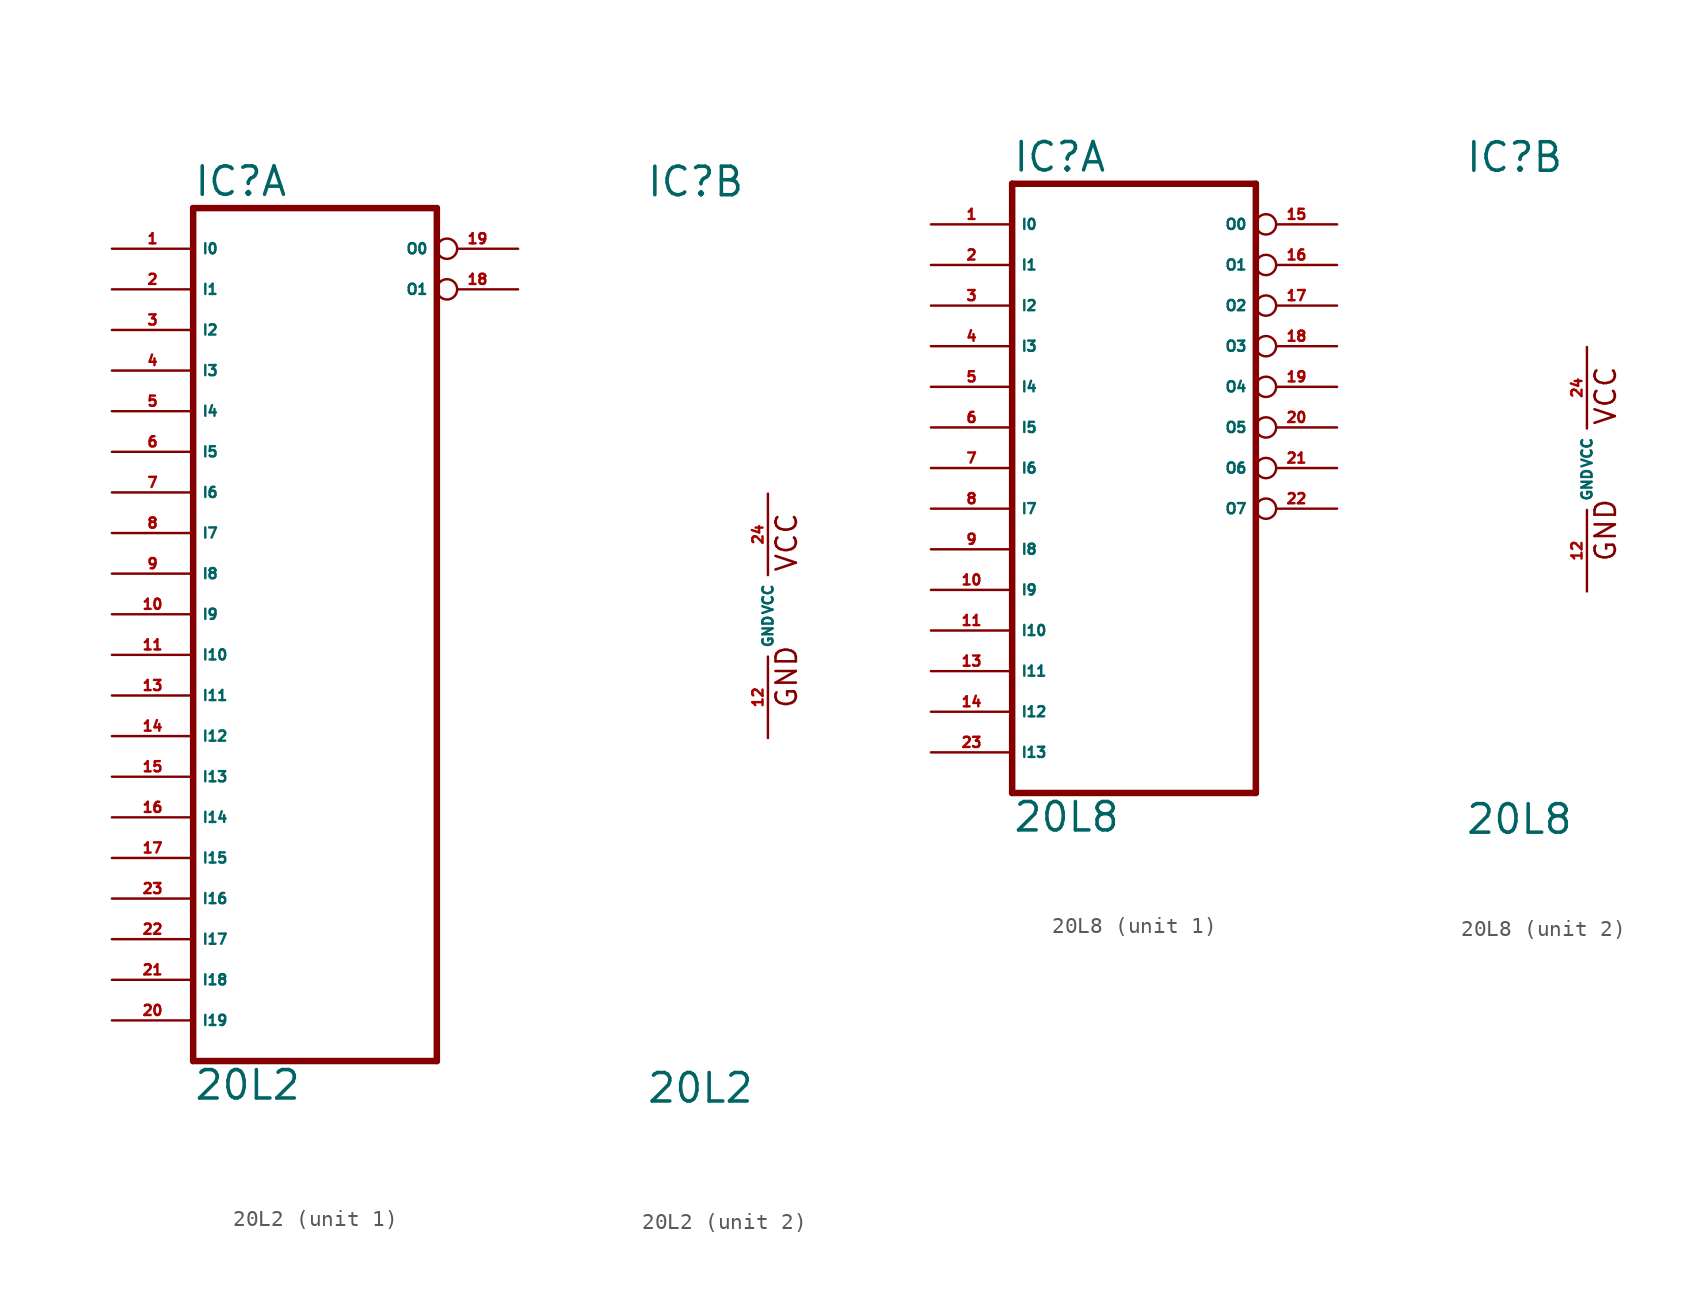
<source format=kicad_sym>
(kicad_symbol_lib
  (version 20220914)
  (generator Eagle2Kicad)
  (symbol "20L2"
    (property "Reference" "IC"
      (at -7.62 26.035 0)
      (effects (font (size 1.778 1.778) (thickness 0.22)) (justify left bottom)))
    (property "Value" "20L2"
      (at -7.62 -30.48 0)
      (effects (font (size 1.778 1.778) (thickness 0.22)) (justify left bottom)))
    (symbol "20L2_1_0"
      (polyline (pts (xy -7.62 -27.94) (xy 7.62 -27.94)) (stroke (width 0.406) (type default)) (fill (type none)))
      (polyline (pts (xy 7.62 -27.94) (xy 7.62 25.4)) (stroke (width 0.406) (type default)) (fill (type none)))
      (polyline (pts (xy 7.62 25.4) (xy -7.62 25.4)) (stroke (width 0.406) (type default)) (fill (type none)))
      (polyline (pts (xy -7.62 25.4) (xy -7.62 -27.94)) (stroke (width 0.406) (type default)) (fill (type none)))
      (pin input line (at -12.7 22.86 0) (length 5.08) (name "I0" (effects (font (size 0.635 0.635) (thickness 0.08)) (justify left bottom))) (number "1" (effects (font (size 0.635 0.635) (thickness 0.08)) (justify left bottom))))
      (pin input line (at -12.7 20.32 0) (length 5.08) (name "I1" (effects (font (size 0.635 0.635) (thickness 0.08)) (justify left bottom))) (number "2" (effects (font (size 0.635 0.635) (thickness 0.08)) (justify left bottom))))
      (pin input line (at -12.7 17.78 0) (length 5.08) (name "I2" (effects (font (size 0.635 0.635) (thickness 0.08)) (justify left bottom))) (number "3" (effects (font (size 0.635 0.635) (thickness 0.08)) (justify left bottom))))
      (pin input line (at -12.7 15.24 0) (length 5.08) (name "I3" (effects (font (size 0.635 0.635) (thickness 0.08)) (justify left bottom))) (number "4" (effects (font (size 0.635 0.635) (thickness 0.08)) (justify left bottom))))
      (pin input line (at -12.7 12.7 0) (length 5.08) (name "I4" (effects (font (size 0.635 0.635) (thickness 0.08)) (justify left bottom))) (number "5" (effects (font (size 0.635 0.635) (thickness 0.08)) (justify left bottom))))
      (pin input line (at -12.7 10.16 0) (length 5.08) (name "I5" (effects (font (size 0.635 0.635) (thickness 0.08)) (justify left bottom))) (number "6" (effects (font (size 0.635 0.635) (thickness 0.08)) (justify left bottom))))
      (pin input line (at -12.7 7.62 0) (length 5.08) (name "I6" (effects (font (size 0.635 0.635) (thickness 0.08)) (justify left bottom))) (number "7" (effects (font (size 0.635 0.635) (thickness 0.08)) (justify left bottom))))
      (pin input line (at -12.7 5.08 0) (length 5.08) (name "I7" (effects (font (size 0.635 0.635) (thickness 0.08)) (justify left bottom))) (number "8" (effects (font (size 0.635 0.635) (thickness 0.08)) (justify left bottom))))
      (pin input line (at -12.7 2.54 0) (length 5.08) (name "I8" (effects (font (size 0.635 0.635) (thickness 0.08)) (justify left bottom))) (number "9" (effects (font (size 0.635 0.635) (thickness 0.08)) (justify left bottom))))
      (pin input line (at -12.7 0 0) (length 5.08) (name "I9" (effects (font (size 0.635 0.635) (thickness 0.08)) (justify left bottom))) (number "10" (effects (font (size 0.635 0.635) (thickness 0.08)) (justify left bottom))))
      (pin input line (at -12.7 -2.54 0) (length 5.08) (name "I10" (effects (font (size 0.635 0.635) (thickness 0.08)) (justify left bottom))) (number "11" (effects (font (size 0.635 0.635) (thickness 0.08)) (justify left bottom))))
      (pin input line (at -12.7 -5.08 0) (length 5.08) (name "I11" (effects (font (size 0.635 0.635) (thickness 0.08)) (justify left bottom))) (number "13" (effects (font (size 0.635 0.635) (thickness 0.08)) (justify left bottom))))
      (pin input line (at -12.7 -7.62 0) (length 5.08) (name "I12" (effects (font (size 0.635 0.635) (thickness 0.08)) (justify left bottom))) (number "14" (effects (font (size 0.635 0.635) (thickness 0.08)) (justify left bottom))))
      (pin input line (at -12.7 -10.16 0) (length 5.08) (name "I13" (effects (font (size 0.635 0.635) (thickness 0.08)) (justify left bottom))) (number "15" (effects (font (size 0.635 0.635) (thickness 0.08)) (justify left bottom))))
      (pin input line (at -12.7 -12.7 0) (length 5.08) (name "I14" (effects (font (size 0.635 0.635) (thickness 0.08)) (justify left bottom))) (number "16" (effects (font (size 0.635 0.635) (thickness 0.08)) (justify left bottom))))
      (pin input line (at -12.7 -15.24 0) (length 5.08) (name "I15" (effects (font (size 0.635 0.635) (thickness 0.08)) (justify left bottom))) (number "17" (effects (font (size 0.635 0.635) (thickness 0.08)) (justify left bottom))))
      (pin output inverted (at 12.7 20.32 180) (length 5.08) (name "O1" (effects (font (size 0.635 0.635) (thickness 0.08)) (justify left bottom))) (number "18" (effects (font (size 0.635 0.635) (thickness 0.08)) (justify left bottom))))
      (pin output inverted (at 12.7 22.86 180) (length 5.08) (name "O0" (effects (font (size 0.635 0.635) (thickness 0.08)) (justify left bottom))) (number "19" (effects (font (size 0.635 0.635) (thickness 0.08)) (justify left bottom))))
      (pin input line (at -12.7 -25.4 0) (length 5.08) (name "I19" (effects (font (size 0.635 0.635) (thickness 0.08)) (justify left bottom))) (number "20" (effects (font (size 0.635 0.635) (thickness 0.08)) (justify left bottom))))
      (pin input line (at -12.7 -22.86 0) (length 5.08) (name "I18" (effects (font (size 0.635 0.635) (thickness 0.08)) (justify left bottom))) (number "21" (effects (font (size 0.635 0.635) (thickness 0.08)) (justify left bottom))))
      (pin input line (at -12.7 -20.32 0) (length 5.08) (name "I17" (effects (font (size 0.635 0.635) (thickness 0.08)) (justify left bottom))) (number "22" (effects (font (size 0.635 0.635) (thickness 0.08)) (justify left bottom))))
      (pin input line (at -12.7 -17.78 0) (length 5.08) (name "I16" (effects (font (size 0.635 0.635) (thickness 0.08)) (justify left bottom))) (number "23" (effects (font (size 0.635 0.635) (thickness 0.08)) (justify left bottom)))))
    (symbol "20L2_2_0"
      (text "GND" (at 1.905 -5.842 900) (effects (font (size 1.27 1.27) (thickness 0.16)) (justify left bottom)))
      (text "VCC" (at 1.905 2.667 900) (effects (font (size 1.27 1.27) (thickness 0.16)) (justify left bottom)))
      (pin unspecified line (at 0 -7.62 90) (length 5.08) (name "GND" (effects (font (size 0.635 0.635) (thickness 0.08)) (justify left bottom))) (number "12" (effects (font (size 0.635 0.635) (thickness 0.08)) (justify left bottom))))
      (pin unspecified line (at 0 7.62 270) (length 5.08) (name "VCC" (effects (font (size 0.635 0.635) (thickness 0.08)) (justify left bottom))) (number "24" (effects (font (size 0.635 0.635) (thickness 0.08)) (justify left bottom))))))
  (symbol "20L8"
    (property "Reference" "IC"
      (at -7.62 18.415 0)
      (effects (font (size 1.778 1.778) (thickness 0.22)) (justify left bottom)))
    (property "Value" "20L8"
      (at -7.62 -22.86 0)
      (effects (font (size 1.778 1.778) (thickness 0.22)) (justify left bottom)))
    (symbol "20L8_1_0"
      (polyline (pts (xy -7.62 17.78) (xy 7.62 17.78)) (stroke (width 0.406) (type default)) (fill (type none)))
      (polyline (pts (xy 7.62 -20.32) (xy 7.62 17.78)) (stroke (width 0.406) (type default)) (fill (type none)))
      (polyline (pts (xy 7.62 -20.32) (xy -7.62 -20.32)) (stroke (width 0.406) (type default)) (fill (type none)))
      (polyline (pts (xy -7.62 17.78) (xy -7.62 -20.32)) (stroke (width 0.406) (type default)) (fill (type none)))
      (pin input line (at -12.7 12.7 0) (length 5.08) (name "I1" (effects (font (size 0.635 0.635) (thickness 0.08)) (justify left bottom))) (number "2" (effects (font (size 0.635 0.635) (thickness 0.08)) (justify left bottom))))
      (pin input line (at -12.7 10.16 0) (length 5.08) (name "I2" (effects (font (size 0.635 0.635) (thickness 0.08)) (justify left bottom))) (number "3" (effects (font (size 0.635 0.635) (thickness 0.08)) (justify left bottom))))
      (pin input line (at -12.7 7.62 0) (length 5.08) (name "I3" (effects (font (size 0.635 0.635) (thickness 0.08)) (justify left bottom))) (number "4" (effects (font (size 0.635 0.635) (thickness 0.08)) (justify left bottom))))
      (pin input line (at -12.7 5.08 0) (length 5.08) (name "I4" (effects (font (size 0.635 0.635) (thickness 0.08)) (justify left bottom))) (number "5" (effects (font (size 0.635 0.635) (thickness 0.08)) (justify left bottom))))
      (pin input line (at -12.7 2.54 0) (length 5.08) (name "I5" (effects (font (size 0.635 0.635) (thickness 0.08)) (justify left bottom))) (number "6" (effects (font (size 0.635 0.635) (thickness 0.08)) (justify left bottom))))
      (pin input line (at -12.7 0 0) (length 5.08) (name "I6" (effects (font (size 0.635 0.635) (thickness 0.08)) (justify left bottom))) (number "7" (effects (font (size 0.635 0.635) (thickness 0.08)) (justify left bottom))))
      (pin input line (at -12.7 -2.54 0) (length 5.08) (name "I7" (effects (font (size 0.635 0.635) (thickness 0.08)) (justify left bottom))) (number "8" (effects (font (size 0.635 0.635) (thickness 0.08)) (justify left bottom))))
      (pin input line (at -12.7 -5.08 0) (length 5.08) (name "I8" (effects (font (size 0.635 0.635) (thickness 0.08)) (justify left bottom))) (number "9" (effects (font (size 0.635 0.635) (thickness 0.08)) (justify left bottom))))
      (pin input line (at -12.7 -7.62 0) (length 5.08) (name "I9" (effects (font (size 0.635 0.635) (thickness 0.08)) (justify left bottom))) (number "10" (effects (font (size 0.635 0.635) (thickness 0.08)) (justify left bottom))))
      (pin output inverted (at 12.7 15.24 180) (length 5.08) (name "O0" (effects (font (size 0.635 0.635) (thickness 0.08)) (justify left bottom))) (number "15" (effects (font (size 0.635 0.635) (thickness 0.08)) (justify left bottom))))
      (pin bidirectional inverted (at 12.7 12.7 180) (length 5.08) (name "O1" (effects (font (size 0.635 0.635) (thickness 0.08)) (justify left bottom))) (number "16" (effects (font (size 0.635 0.635) (thickness 0.08)) (justify left bottom))))
      (pin bidirectional inverted (at 12.7 10.16 180) (length 5.08) (name "O2" (effects (font (size 0.635 0.635) (thickness 0.08)) (justify left bottom))) (number "17" (effects (font (size 0.635 0.635) (thickness 0.08)) (justify left bottom))))
      (pin bidirectional inverted (at 12.7 7.62 180) (length 5.08) (name "O3" (effects (font (size 0.635 0.635) (thickness 0.08)) (justify left bottom))) (number "18" (effects (font (size 0.635 0.635) (thickness 0.08)) (justify left bottom))))
      (pin bidirectional inverted (at 12.7 5.08 180) (length 5.08) (name "O4" (effects (font (size 0.635 0.635) (thickness 0.08)) (justify left bottom))) (number "19" (effects (font (size 0.635 0.635) (thickness 0.08)) (justify left bottom))))
      (pin bidirectional inverted (at 12.7 2.54 180) (length 5.08) (name "O5" (effects (font (size 0.635 0.635) (thickness 0.08)) (justify left bottom))) (number "20" (effects (font (size 0.635 0.635) (thickness 0.08)) (justify left bottom))))
      (pin bidirectional inverted (at 12.7 0 180) (length 5.08) (name "O6" (effects (font (size 0.635 0.635) (thickness 0.08)) (justify left bottom))) (number "21" (effects (font (size 0.635 0.635) (thickness 0.08)) (justify left bottom))))
      (pin input line (at -12.7 15.24 0) (length 5.08) (name "I0" (effects (font (size 0.635 0.635) (thickness 0.08)) (justify left bottom))) (number "1" (effects (font (size 0.635 0.635) (thickness 0.08)) (justify left bottom))))
      (pin input line (at -12.7 -10.16 0) (length 5.08) (name "I10" (effects (font (size 0.635 0.635) (thickness 0.08)) (justify left bottom))) (number "11" (effects (font (size 0.635 0.635) (thickness 0.08)) (justify left bottom))))
      (pin input line (at -12.7 -12.7 0) (length 5.08) (name "I11" (effects (font (size 0.635 0.635) (thickness 0.08)) (justify left bottom))) (number "13" (effects (font (size 0.635 0.635) (thickness 0.08)) (justify left bottom))))
      (pin input line (at -12.7 -15.24 0) (length 5.08) (name "I12" (effects (font (size 0.635 0.635) (thickness 0.08)) (justify left bottom))) (number "14" (effects (font (size 0.635 0.635) (thickness 0.08)) (justify left bottom))))
      (pin input line (at -12.7 -17.78 0) (length 5.08) (name "I13" (effects (font (size 0.635 0.635) (thickness 0.08)) (justify left bottom))) (number "23" (effects (font (size 0.635 0.635) (thickness 0.08)) (justify left bottom))))
      (pin output inverted (at 12.7 -2.54 180) (length 5.08) (name "O7" (effects (font (size 0.635 0.635) (thickness 0.08)) (justify left bottom))) (number "22" (effects (font (size 0.635 0.635) (thickness 0.08)) (justify left bottom)))))
    (symbol "20L8_2_0"
      (text "GND" (at 1.905 -5.842 900) (effects (font (size 1.27 1.27) (thickness 0.16)) (justify left bottom)))
      (text "VCC" (at 1.905 2.667 900) (effects (font (size 1.27 1.27) (thickness 0.16)) (justify left bottom)))
      (pin unspecified line (at 0 -7.62 90) (length 5.08) (name "GND" (effects (font (size 0.635 0.635) (thickness 0.08)) (justify left bottom))) (number "12" (effects (font (size 0.635 0.635) (thickness 0.08)) (justify left bottom))))
      (pin unspecified line (at 0 7.62 270) (length 5.08) (name "VCC" (effects (font (size 0.635 0.635) (thickness 0.08)) (justify left bottom))) (number "24" (effects (font (size 0.635 0.635) (thickness 0.08)) (justify left bottom)))))))
</source>
